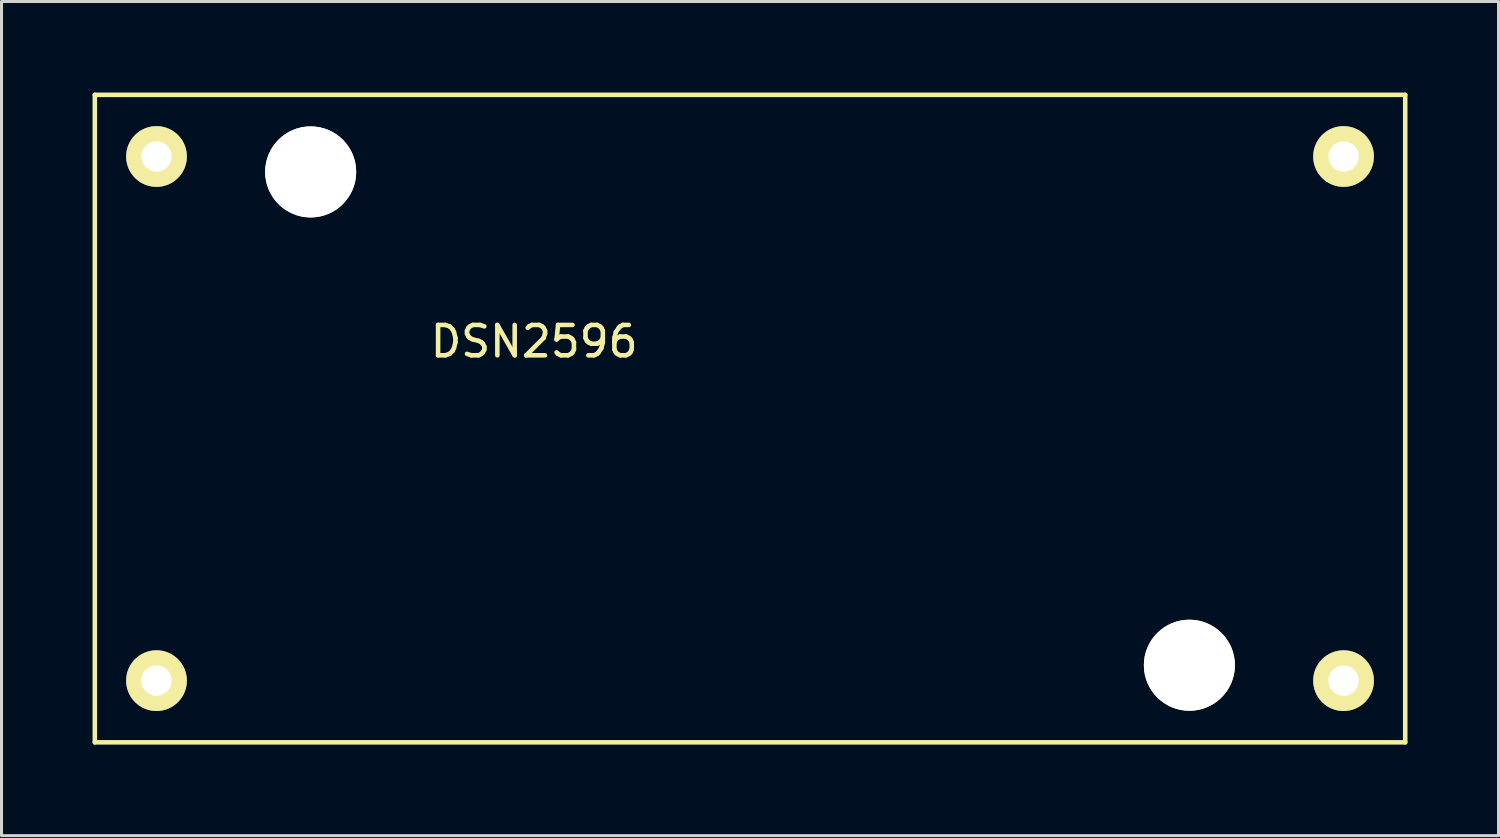
<source format=kicad_pcb>
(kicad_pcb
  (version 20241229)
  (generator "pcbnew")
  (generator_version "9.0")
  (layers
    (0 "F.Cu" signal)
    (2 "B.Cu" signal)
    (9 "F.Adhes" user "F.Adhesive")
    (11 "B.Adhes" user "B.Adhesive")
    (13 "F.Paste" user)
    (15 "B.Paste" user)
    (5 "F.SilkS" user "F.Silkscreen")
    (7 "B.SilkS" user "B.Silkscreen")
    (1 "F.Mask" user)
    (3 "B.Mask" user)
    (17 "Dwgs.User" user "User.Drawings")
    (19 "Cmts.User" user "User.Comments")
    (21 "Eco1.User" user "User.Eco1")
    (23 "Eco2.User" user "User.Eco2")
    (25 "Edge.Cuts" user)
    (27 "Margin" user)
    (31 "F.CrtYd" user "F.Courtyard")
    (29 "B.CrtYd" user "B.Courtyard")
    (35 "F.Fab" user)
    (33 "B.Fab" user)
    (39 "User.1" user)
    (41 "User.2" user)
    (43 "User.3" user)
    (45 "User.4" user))
  (footprint "DSN2596"
    (layer "F.Cu")
    (at 21.665 10.743)
    (property "Reference" "DSN2596" (at -7.112 -2.54 0) (layer "F.SilkS") (effects (font (size 1 1) (thickness 0.15))))
    (attr through_hole)
    (fp_line (start -21.59 -10.668) (end 21.59 -10.668) (stroke (width 0.15) (type solid)) (layer "F.SilkS"))
    (fp_line (start -21.59 10.668) (end -21.59 -10.668) (stroke (width 0.15) (type solid)) (layer "F.SilkS"))
    (fp_line (start 21.59 -10.668) (end 21.59 10.668) (stroke (width 0.15) (type solid)) (layer "F.SilkS"))
    (fp_line (start 21.59 10.668) (end -21.59 10.668) (stroke (width 0.15) (type solid)) (layer "F.SilkS"))
    (fp_line (start -11.938 -8.128) (end -11.938 0.254) (stroke (width 0.15) (type solid)) (layer "B.Paste"))
    (fp_line (start -11.938 0.254) (end -11.938 0.508) (stroke (width 0.15) (type solid)) (layer "B.Paste"))
    (fp_line (start -11.938 0.508) (end -3.048 0.508) (stroke (width 0.15) (type solid)) (layer "B.Paste"))
    (fp_line (start -10.922 0.508) (end -10.922 5.334) (stroke (width 0.15) (type solid)) (layer "B.Paste"))
    (fp_line (start -9.398 0.508) (end -9.398 5.334) (stroke (width 0.15) (type solid)) (layer "B.Paste"))
    (fp_line (start -7.62 0.508) (end -7.62 5.334) (stroke (width 0.15) (type solid)) (layer "B.Paste"))
    (fp_line (start -5.842 0.508) (end -5.842 5.334) (stroke (width 0.15) (type solid)) (layer "B.Paste"))
    (fp_line (start -4.318 0.508) (end -4.318 5.334) (stroke (width 0.15) (type solid)) (layer "B.Paste"))
    (fp_line (start -3.048 -8.128) (end -11.938 -8.128) (stroke (width 0.15) (type solid)) (layer "B.Paste"))
    (fp_line (start -3.048 0.508) (end -3.048 -8.128) (stroke (width 0.15) (type solid)) (layer "B.Paste"))
    (fp_line (start -1.27 -4.318) (end -1.27 9.144) (stroke (width 0.15) (type solid)) (layer "B.Paste"))
    (fp_line (start -1.27 9.144) (end 12.446 9.144) (stroke (width 0.15) (type solid)) (layer "B.Paste"))
    (fp_line (start 2.032 -9.652) (end 13.462 -9.652) (stroke (width 0.15) (type solid)) (layer "B.Paste"))
    (fp_line (start 2.032 -5.842) (end 2.032 -9.652) (stroke (width 0.15) (type solid)) (layer "B.Paste"))
    (fp_line (start 12.446 -4.318) (end -1.27 -4.318) (stroke (width 0.15) (type solid)) (layer "B.Paste"))
    (fp_line (start 12.446 9.144) (end 12.446 -4.318) (stroke (width 0.15) (type solid)) (layer "B.Paste"))
    (fp_line (start 13.462 -9.652) (end 13.462 -5.842) (stroke (width 0.15) (type solid)) (layer "B.Paste"))
    (fp_line (start 13.462 -5.842) (end 2.032 -5.842) (stroke (width 0.15) (type solid)) (layer "B.Paste"))
    (fp_circle (center -17.018 1.016) (end -13.97 3.048) (stroke (width 0.15) (type solid)) (fill no) (layer "B.Paste"))
    (fp_circle (center 17.78 -2.286) (end 20.066 0.254) (stroke (width 0.15) (type solid)) (fill no) (layer "B.Paste"))
    (pad "" np_thru_hole circle (at -14.478 -8.128) (size 3 3) (drill 3) (layers "*.Cu" "*.Mask" "F.SilkS"))
    (pad "" np_thru_hole circle (at 14.478 8.128) (size 3 3) (drill 3) (layers "*.Cu" "*.Mask" "F.SilkS"))
    (pad "1" thru_hole circle (at -19.558 -8.636) (size 2 2) (drill 1) (layers "*.Cu" "*.Mask" "F.SilkS"))
    (pad "2" thru_hole circle (at -19.558 8.636) (size 2 2) (drill 1) (layers "*.Cu" "*.Mask" "F.SilkS"))
    (pad "3" thru_hole circle (at 19.558 8.636) (size 2 2) (drill 1) (layers "*.Cu" "*.Mask" "F.SilkS"))
    (pad "4" thru_hole circle (at 19.558 -8.636) (size 2 2) (drill 1) (layers "*.Cu" "*.Mask" "F.SilkS")))
  (gr_rect
    (start -3 -3)
    (end 46.33 24.486)
    (stroke (width 0.1) (type default))
    (fill no)
    (layer "Edge.Cuts")))
</source>
